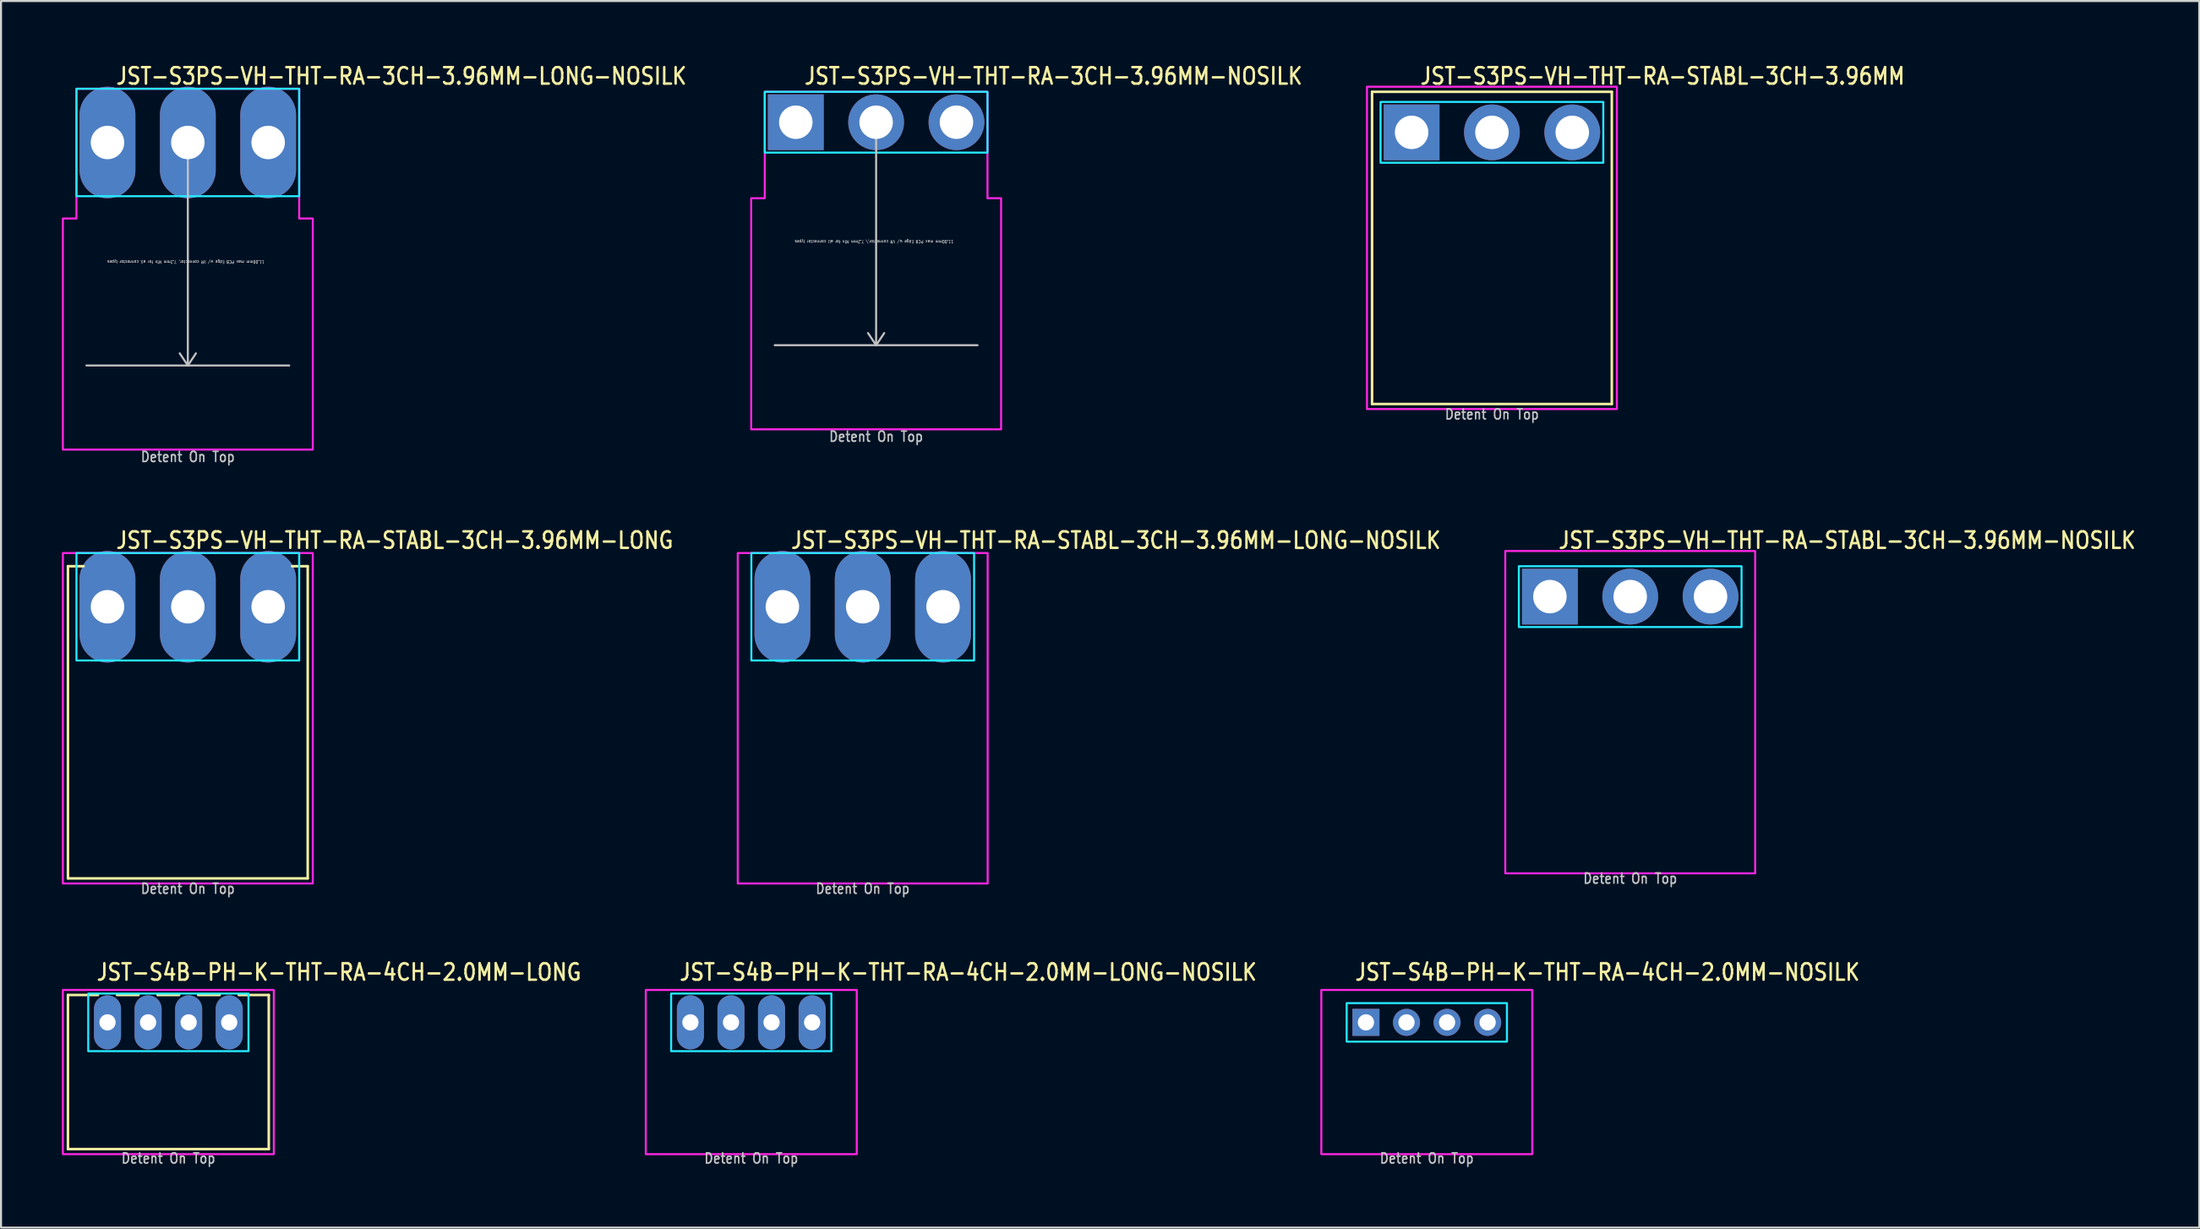
<source format=kicad_pcb>
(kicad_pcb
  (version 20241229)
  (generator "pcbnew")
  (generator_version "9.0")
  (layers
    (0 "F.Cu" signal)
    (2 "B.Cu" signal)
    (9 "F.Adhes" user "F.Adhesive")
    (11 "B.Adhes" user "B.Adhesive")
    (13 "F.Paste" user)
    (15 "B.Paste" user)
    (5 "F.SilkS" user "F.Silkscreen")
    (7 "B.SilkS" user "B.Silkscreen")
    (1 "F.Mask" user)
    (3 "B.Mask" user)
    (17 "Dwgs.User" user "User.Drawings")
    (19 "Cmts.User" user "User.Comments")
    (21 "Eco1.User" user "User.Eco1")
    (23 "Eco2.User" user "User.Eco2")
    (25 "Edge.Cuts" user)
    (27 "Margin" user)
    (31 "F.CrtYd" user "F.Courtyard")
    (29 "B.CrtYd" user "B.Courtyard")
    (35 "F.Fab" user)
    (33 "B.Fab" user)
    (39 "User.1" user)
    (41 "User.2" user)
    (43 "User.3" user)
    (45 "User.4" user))
  (footprint "JST-S3PS-VH-THT-RA-3CH-3.96MM-NOSILK"
    (layer "F.Cu")
    (at 40.142 2.979)
    (property "Reference" "JST-S3PS-VH-THT-RA-3CH-3.96MM-NOSILK" (at -3.6 -1.8 0) (unlocked yes) (layer "F.SilkS") (effects (font (size 0.813 0.695) (thickness 0.122)) (justify left bottom)))
    (fp_line (start -5 11) (end 5 11) (stroke (width 0.1) (type solid)) (layer "Dwgs.User"))
    (fp_line (start 0 0) (end -0.4 0.6) (stroke (width 0.1) (type solid)) (layer "Dwgs.User"))
    (fp_line (start 0 0) (end 0 11) (stroke (width 0.1) (type solid)) (layer "Dwgs.User"))
    (fp_line (start 0 0) (end 0.4 0.6) (stroke (width 0.1) (type solid)) (layer "Dwgs.User"))
    (fp_line (start 0 11) (end -0.4 10.4) (stroke (width 0.1) (type solid)) (layer "Dwgs.User"))
    (fp_line (start 0 11) (end 0.4 10.4) (stroke (width 0.1) (type solid)) (layer "Dwgs.User"))
    (fp_poly (pts (xy -5.49 -1.5) (xy -5.49 1.5) (xy 5.49 1.5) (xy 5.49 -1.5)) (stroke (width 0.1) (type solid)) (fill no) (layer "B.CrtYd"))
    (fp_poly (pts (xy -6.16 3.75) (xy -6.16 15.15) (xy 6.16 15.15) (xy 6.16 3.75) (xy 5.49 3.75) (xy 5.49 -1.5) (xy -5.49 -1.5) (xy -5.49 3.75)) (stroke (width 0.1) (type solid)) (fill no) (layer "F.CrtYd"))
    (fp_text user "Detent On Top" (at 0 15.8 0) (unlocked yes) (layer "Dwgs.User") (effects (font (size 0.5 0.427) (thickness 0.075)) (justify bottom)))
    (fp_text user "11.00mm max PCB Edge w/ VR connector,\\ 7.2mm Min for all connector types" (at -0.1 5.8 180) (unlocked yes) (layer "Dwgs.User") (effects (font (size 0.15 0.128) (thickness 0.022)) (justify bottom)))
    (pad "1" thru_hole rect (at -3.96 0) (size 2.75 2.75) (drill 1.65) (layers "*.Cu" "*.Mask"))
    (pad "2" thru_hole oval (at 0 0) (size 2.75 2.75) (drill 1.65) (layers "*.Cu" "*.Mask"))
    (pad "3" thru_hole oval (at 3.96 0) (size 2.75 2.75) (drill 1.65) (layers "*.Cu" "*.Mask")))
  (footprint "JST-S3PS-VH-THT-RA-STABL-3CH-3.96MM-LONG"
    (layer "F.Cu")
    (at 6.21 26.88)
    (property "Reference" "JST-S3PS-VH-THT-RA-STABL-3CH-3.96MM-LONG" (at -3.6 -2.8 0) (unlocked yes) (layer "F.SilkS") (effects (font (size 0.813 0.695) (thickness 0.122)) (justify left bottom)))
    (fp_line (start -5.91 -2) (end -5.14 -2) (stroke (width 0.127) (type solid)) (layer "F.SilkS"))
    (fp_line (start -5.91 13.4) (end -5.91 -2) (stroke (width 0.127) (type solid)) (layer "F.SilkS"))
    (fp_line (start -5.91 13.4) (end 5.91 13.4) (stroke (width 0.127) (type solid)) (layer "F.SilkS"))
    (fp_line (start 5.91 -2) (end 5.14 -2) (stroke (width 0.127) (type solid)) (layer "F.SilkS"))
    (fp_line (start 5.91 -2) (end 5.91 13.4) (stroke (width 0.127) (type solid)) (layer "F.SilkS"))
    (fp_poly (pts (xy -5.49 -2.65) (xy -5.49 2.65) (xy 5.49 2.65) (xy 5.49 -2.65)) (stroke (width 0.1) (type solid)) (fill no) (layer "B.CrtYd"))
    (fp_poly (pts (xy -6.16 -2.65) (xy -6.16 13.65) (xy 6.16 13.65) (xy 6.16 -2.65)) (stroke (width 0.1) (type solid)) (fill no) (layer "F.CrtYd"))
    (fp_text user "Detent On Top" (at 0 14.2 0) (unlocked yes) (layer "Dwgs.User") (effects (font (size 0.5 0.427) (thickness 0.075)) (justify bottom)))
    (pad "1" thru_hole oval (at -3.96 0 90) (size 5.5 2.75) (drill 1.65) (layers "*.Cu" "*.Mask"))
    (pad "2" thru_hole oval (at 0 0 90) (size 5.5 2.75) (drill 1.65) (layers "*.Cu" "*.Mask"))
    (pad "3" thru_hole oval (at 3.96 0 90) (size 5.5 2.75) (drill 1.65) (layers "*.Cu" "*.Mask")))
  (footprint "JST-S3PS-VH-THT-RA-3CH-3.96MM-LONG-NOSILK"
    (layer "F.Cu")
    (at 6.21 3.979)
    (property "Reference" "JST-S3PS-VH-THT-RA-3CH-3.96MM-LONG-NOSILK" (at -3.6 -2.8 0) (unlocked yes) (layer "F.SilkS") (effects (font (size 0.813 0.695) (thickness 0.122)) (justify left bottom)))
    (fp_line (start -5 11) (end 5 11) (stroke (width 0.1) (type solid)) (layer "Dwgs.User"))
    (fp_line (start 0 0) (end -0.4 0.6) (stroke (width 0.1) (type solid)) (layer "Dwgs.User"))
    (fp_line (start 0 0) (end 0 11) (stroke (width 0.1) (type solid)) (layer "Dwgs.User"))
    (fp_line (start 0 0) (end 0.4 0.6) (stroke (width 0.1) (type solid)) (layer "Dwgs.User"))
    (fp_line (start 0 11) (end -0.4 10.4) (stroke (width 0.1) (type solid)) (layer "Dwgs.User"))
    (fp_line (start 0 11) (end 0.4 10.4) (stroke (width 0.1) (type solid)) (layer "Dwgs.User"))
    (fp_poly (pts (xy -5.49 -2.65) (xy -5.49 2.65) (xy 5.49 2.65) (xy 5.49 -2.65)) (stroke (width 0.1) (type solid)) (fill no) (layer "B.CrtYd"))
    (fp_poly (pts (xy -6.16 3.75) (xy -6.16 15.15) (xy 6.16 15.15) (xy 6.16 3.75) (xy 5.49 3.75) (xy 5.49 -2.65) (xy -5.49 -2.65) (xy -5.49 3.75)) (stroke (width 0.1) (type solid)) (fill no) (layer "F.CrtYd"))
    (fp_text user "11.00mm max PCB Edge w/ VR connector, 7.2mm Min for all connector types" (at -0.1 5.8 180) (unlocked yes) (layer "Dwgs.User") (effects (font (size 0.15 0.128) (thickness 0.022)) (justify bottom)))
    (fp_text user "Detent On Top" (at 0 15.8 0) (unlocked yes) (layer "Dwgs.User") (effects (font (size 0.5 0.427) (thickness 0.075)) (justify bottom)))
    (pad "1" thru_hole oval (at -3.96 0 90) (size 5.5 2.75) (drill 1.65) (layers "*.Cu" "*.Mask"))
    (pad "2" thru_hole oval (at 0 0 90) (size 5.5 2.75) (drill 1.65) (layers "*.Cu" "*.Mask"))
    (pad "3" thru_hole oval (at 3.96 0 90) (size 5.5 2.75) (drill 1.65) (layers "*.Cu" "*.Mask")))
  (footprint "JST-S4B-PH-K-THT-RA-4CH-2.0MM-NOSILK"
    (layer "F.Cu")
    (at 67.29 47.382)
    (property "Reference" "JST-S4B-PH-K-THT-RA-4CH-2.0MM-NOSILK" (at -3.6 -2 0) (unlocked yes) (layer "F.SilkS") (effects (font (size 0.813 0.695) (thickness 0.122)) (justify left bottom)))
    (fp_poly (pts (xy -3.95 -0.95) (xy -3.95 0.95) (xy 3.95 0.95) (xy 3.95 -0.95)) (stroke (width 0.1) (type solid)) (fill no) (layer "B.CrtYd"))
    (fp_poly (pts (xy -5.2 -1.6) (xy -5.2 6.5) (xy 5.2 6.5) (xy 5.2 -1.6)) (stroke (width 0.1) (type solid)) (fill no) (layer "F.CrtYd"))
    (fp_text user "Detent On Top" (at 0 7 0) (unlocked yes) (layer "Dwgs.User") (effects (font (size 0.5 0.427) (thickness 0.075)) (justify bottom)))
    (pad "1" thru_hole rect (at -3 0) (size 1.333 1.333) (drill 0.8) (layers "*.Cu" "*.Mask"))
    (pad "2" thru_hole oval (at -1 0) (size 1.333 1.333) (drill 0.8) (layers "*.Cu" "*.Mask"))
    (pad "3" thru_hole oval (at 1 0) (size 1.333 1.333) (drill 0.8) (layers "*.Cu" "*.Mask"))
    (pad "4" thru_hole oval (at 3 0) (size 1.333 1.333) (drill 0.8) (layers "*.Cu" "*.Mask")))
  (footprint "JST-S4B-PH-K-THT-RA-4CH-2.0MM-LONG"
    (layer "F.Cu")
    (at 5.25 47.382)
    (property "Reference" "JST-S4B-PH-K-THT-RA-4CH-2.0MM-LONG" (at -3.6 -2 0) (unlocked yes) (layer "F.SilkS") (effects (font (size 0.813 0.695) (thickness 0.122)) (justify left bottom)))
    (fp_line (start -4.95 -1.35) (end -3.471 -1.35) (stroke (width 0.127) (type solid)) (layer "F.SilkS"))
    (fp_line (start -4.95 6.25) (end -4.95 -1.35) (stroke (width 0.127) (type solid)) (layer "F.SilkS"))
    (fp_line (start -4.95 6.25) (end 4.95 6.25) (stroke (width 0.127) (type solid)) (layer "F.SilkS"))
    (fp_line (start -2.529 -1.35) (end -1.471 -1.35) (stroke (width 0.127) (type solid)) (layer "F.SilkS"))
    (fp_line (start -0.529 -1.35) (end 0.529 -1.35) (stroke (width 0.127) (type solid)) (layer "F.SilkS"))
    (fp_line (start 1.471 -1.35) (end 2.529 -1.35) (stroke (width 0.127) (type solid)) (layer "F.SilkS"))
    (fp_line (start 3.471 -1.35) (end 4.95 -1.35) (stroke (width 0.127) (type solid)) (layer "F.SilkS"))
    (fp_line (start 4.95 -1.35) (end 4.95 6.25) (stroke (width 0.127) (type solid)) (layer "F.SilkS"))
    (fp_poly (pts (xy -3.95 -1.42) (xy -3.95 1.42) (xy 3.95 1.42) (xy 3.95 -1.42)) (stroke (width 0.1) (type solid)) (fill no) (layer "B.CrtYd"))
    (fp_poly (pts (xy -5.2 -1.6) (xy -5.2 6.5) (xy 5.2 6.5) (xy 5.2 -1.6)) (stroke (width 0.1) (type solid)) (fill no) (layer "F.CrtYd"))
    (fp_text user "Detent On Top" (at 0 7 0) (unlocked yes) (layer "Dwgs.User") (effects (font (size 0.5 0.427) (thickness 0.075)) (justify bottom)))
    (pad "1" thru_hole oval (at -3 0 90) (size 2.667 1.333) (drill 0.8) (layers "*.Cu" "*.Mask"))
    (pad "2" thru_hole oval (at -1 0 90) (size 2.667 1.333) (drill 0.8) (layers "*.Cu" "*.Mask"))
    (pad "3" thru_hole oval (at 1 0 90) (size 2.667 1.333) (drill 0.8) (layers "*.Cu" "*.Mask"))
    (pad "4" thru_hole oval (at 3 0 90) (size 2.667 1.333) (drill 0.8) (layers "*.Cu" "*.Mask")))
  (footprint "JST-S4B-PH-K-THT-RA-4CH-2.0MM-LONG-NOSILK"
    (layer "F.Cu")
    (at 33.987 47.382)
    (property "Reference" "JST-S4B-PH-K-THT-RA-4CH-2.0MM-LONG-NOSILK" (at -3.6 -2 0) (unlocked yes) (layer "F.SilkS") (effects (font (size 0.813 0.695) (thickness 0.122)) (justify left bottom)))
    (fp_poly (pts (xy -3.95 -1.42) (xy -3.95 1.42) (xy 3.95 1.42) (xy 3.95 -1.42)) (stroke (width 0.1) (type solid)) (fill no) (layer "B.CrtYd"))
    (fp_poly (pts (xy -5.2 -1.6) (xy -5.2 6.5) (xy 5.2 6.5) (xy 5.2 -1.6)) (stroke (width 0.1) (type solid)) (fill no) (layer "F.CrtYd"))
    (fp_text user "Detent On Top" (at 0 7 0) (unlocked yes) (layer "Dwgs.User") (effects (font (size 0.5 0.427) (thickness 0.075)) (justify bottom)))
    (pad "P$1" thru_hole oval (at -3 0 90) (size 2.667 1.333) (drill 0.8) (layers "*.Cu" "*.Mask"))
    (pad "P$2" thru_hole oval (at -1 0 90) (size 2.667 1.333) (drill 0.8) (layers "*.Cu" "*.Mask"))
    (pad "P$3" thru_hole oval (at 1 0 90) (size 2.667 1.333) (drill 0.8) (layers "*.Cu" "*.Mask"))
    (pad "P$4" thru_hole oval (at 3 0 90) (size 2.667 1.333) (drill 0.8) (layers "*.Cu" "*.Mask")))
  (footprint "JST-S3PS-VH-THT-RA-STABL-3CH-3.96MM"
    (layer "F.Cu")
    (at 70.501 3.479)
    (property "Reference" "JST-S3PS-VH-THT-RA-STABL-3CH-3.96MM" (at -3.6 -2.3 0) (unlocked yes) (layer "F.SilkS") (effects (font (size 0.813 0.695) (thickness 0.122)) (justify left bottom)))
    (fp_line (start -5.91 -2) (end 5.91 -2) (stroke (width 0.127) (type solid)) (layer "F.SilkS"))
    (fp_line (start -5.91 13.4) (end -5.91 -2) (stroke (width 0.127) (type solid)) (layer "F.SilkS"))
    (fp_line (start -5.91 13.4) (end 5.91 13.4) (stroke (width 0.127) (type solid)) (layer "F.SilkS"))
    (fp_line (start 5.91 -2) (end 5.91 13.4) (stroke (width 0.127) (type solid)) (layer "F.SilkS"))
    (fp_poly (pts (xy -5.49 -1.5) (xy -5.49 1.5) (xy 5.49 1.5) (xy 5.49 -1.5)) (stroke (width 0.1) (type solid)) (fill no) (layer "B.CrtYd"))
    (fp_poly (pts (xy -6.16 13.65) (xy 6.16 13.65) (xy 6.16 -2.25) (xy -6.16 -2.25)) (stroke (width 0.1) (type solid)) (fill no) (layer "F.CrtYd"))
    (fp_text user "Detent On Top" (at 0 14.2 0) (unlocked yes) (layer "Dwgs.User") (effects (font (size 0.5 0.427) (thickness 0.075)) (justify bottom)))
    (pad "1" thru_hole rect (at -3.96 0) (size 2.75 2.75) (drill 1.65) (layers "*.Cu" "*.Mask"))
    (pad "2" thru_hole oval (at 0 0) (size 2.75 2.75) (drill 1.65) (layers "*.Cu" "*.Mask"))
    (pad "3" thru_hole oval (at 3.96 0) (size 2.75 2.75) (drill 1.65) (layers "*.Cu" "*.Mask")))
  (footprint "JST-S3PS-VH-THT-RA-STABL-3CH-3.96MM-LONG-NOSILK"
    (layer "F.Cu")
    (at 39.481 26.88)
    (property "Reference" "JST-S3PS-VH-THT-RA-STABL-3CH-3.96MM-LONG-NOSILK" (at -3.6 -2.8 0) (unlocked yes) (layer "F.SilkS") (effects (font (size 0.813 0.695) (thickness 0.122)) (justify left bottom)))
    (fp_poly (pts (xy -5.49 -2.65) (xy -5.49 2.65) (xy 5.49 2.65) (xy 5.49 -2.65)) (stroke (width 0.1) (type solid)) (fill no) (layer "B.CrtYd"))
    (fp_poly (pts (xy -6.16 -2.65) (xy -6.16 13.65) (xy 6.16 13.65) (xy 6.16 -2.65)) (stroke (width 0.1) (type solid)) (fill no) (layer "F.CrtYd"))
    (fp_text user "Detent On Top" (at 0 14.2 0) (unlocked yes) (layer "Dwgs.User") (effects (font (size 0.5 0.427) (thickness 0.075)) (justify bottom)))
    (pad "1" thru_hole oval (at -3.96 0 90) (size 5.5 2.75) (drill 1.65) (layers "*.Cu" "*.Mask"))
    (pad "2" thru_hole oval (at 0 0 90) (size 5.5 2.75) (drill 1.65) (layers "*.Cu" "*.Mask"))
    (pad "3" thru_hole oval (at 3.96 0 90) (size 5.5 2.75) (drill 1.65) (layers "*.Cu" "*.Mask")))
  (footprint "JST-S3PS-VH-THT-RA-STABL-3CH-3.96MM-NOSILK"
    (layer "F.Cu")
    (at 77.318 26.38)
    (property "Reference" "JST-S3PS-VH-THT-RA-STABL-3CH-3.96MM-NOSILK" (at -3.6 -2.3 0) (unlocked yes) (layer "F.SilkS") (effects (font (size 0.813 0.695) (thickness 0.122)) (justify left bottom)))
    (fp_poly (pts (xy -5.49 -1.5) (xy -5.49 1.5) (xy 5.49 1.5) (xy 5.49 -1.5)) (stroke (width 0.1) (type solid)) (fill no) (layer "B.CrtYd"))
    (fp_poly (pts (xy -6.16 13.65) (xy 6.16 13.65) (xy 6.16 -2.25) (xy -6.16 -2.25)) (stroke (width 0.1) (type solid)) (fill no) (layer "F.CrtYd"))
    (fp_text user "Detent On Top" (at 0 14.2 0) (unlocked yes) (layer "Dwgs.User") (effects (font (size 0.5 0.427) (thickness 0.075)) (justify bottom)))
    (pad "1" thru_hole rect (at -3.96 0) (size 2.75 2.75) (drill 1.65) (layers "*.Cu" "*.Mask"))
    (pad "2" thru_hole oval (at 0 0) (size 2.75 2.75) (drill 1.65) (layers "*.Cu" "*.Mask"))
    (pad "3" thru_hole oval (at 3.96 0) (size 2.75 2.75) (drill 1.65) (layers "*.Cu" "*.Mask")))
  (gr_rect
    (start -3 -3)
    (end 105.371 57.505)
    (stroke (width 0.1) (type default))
    (fill no)
    (layer "Edge.Cuts")))
</source>
